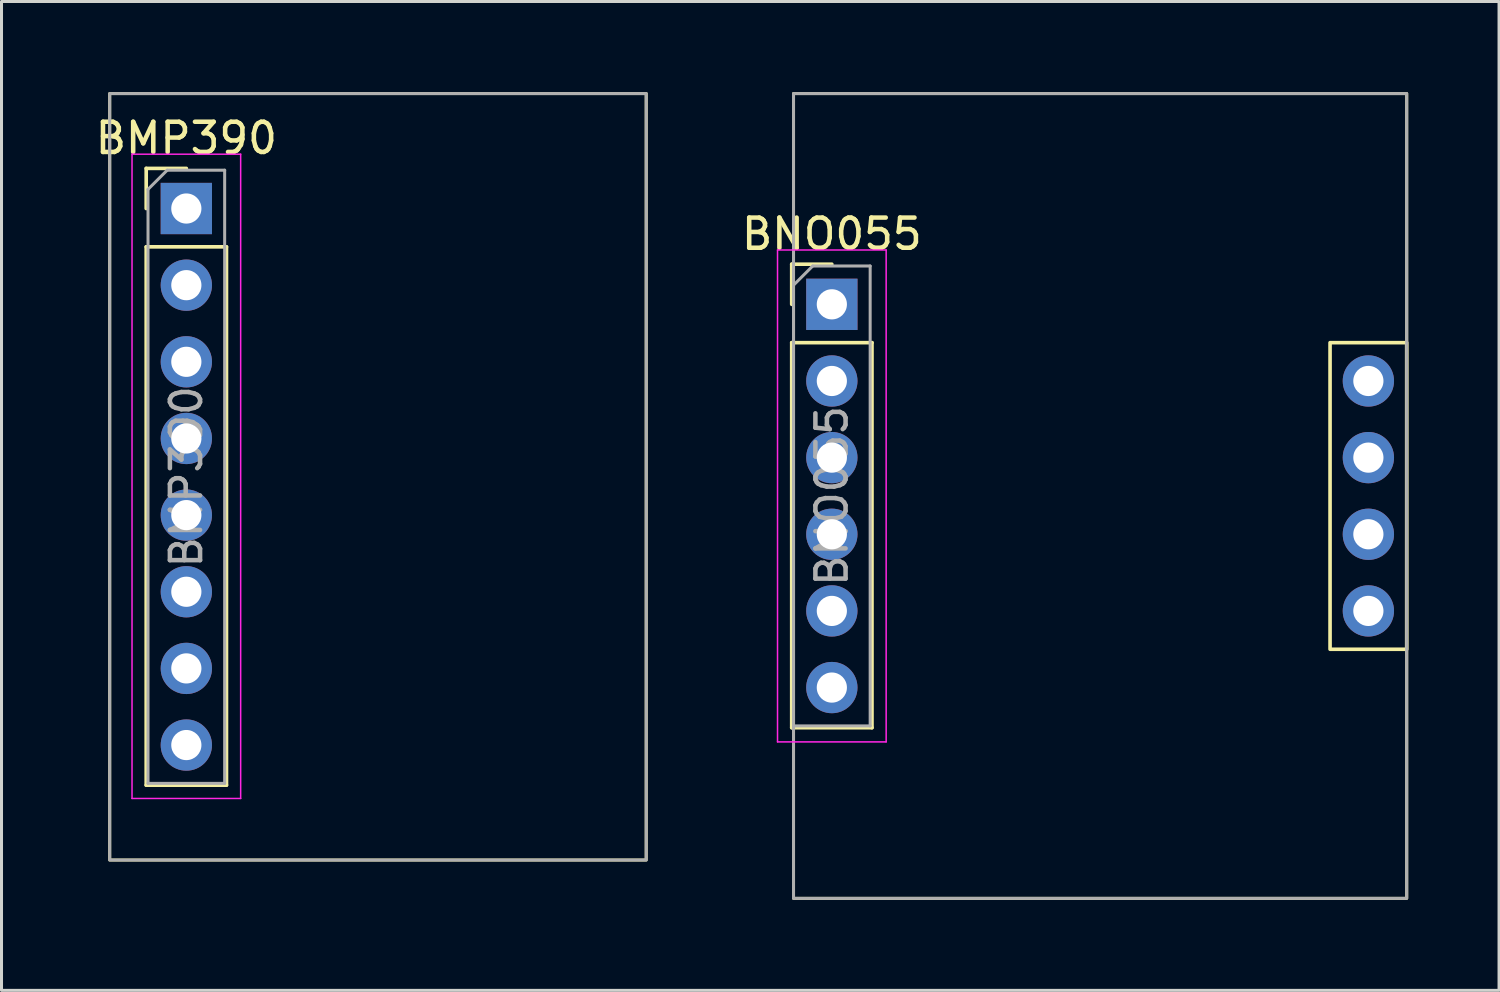
<source format=kicad_pcb>
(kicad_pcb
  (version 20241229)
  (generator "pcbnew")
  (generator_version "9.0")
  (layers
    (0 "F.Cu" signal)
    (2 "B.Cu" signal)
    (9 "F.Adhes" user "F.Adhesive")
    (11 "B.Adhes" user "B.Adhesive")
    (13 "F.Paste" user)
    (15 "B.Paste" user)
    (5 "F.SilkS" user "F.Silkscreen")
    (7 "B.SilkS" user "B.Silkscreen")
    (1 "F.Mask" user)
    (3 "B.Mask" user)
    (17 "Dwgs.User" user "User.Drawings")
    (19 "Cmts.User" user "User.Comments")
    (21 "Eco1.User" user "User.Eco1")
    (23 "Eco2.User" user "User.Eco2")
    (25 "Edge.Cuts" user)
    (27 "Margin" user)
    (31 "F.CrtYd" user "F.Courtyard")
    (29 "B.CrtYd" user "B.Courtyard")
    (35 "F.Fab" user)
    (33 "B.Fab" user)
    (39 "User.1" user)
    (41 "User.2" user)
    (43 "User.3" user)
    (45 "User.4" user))
  (footprint "BMP390"
    (layer "F.Cu")
    (at 3.125 3.86)
    (property "Reference" "BMP390" (at 0 -2.33 0) (layer "F.SilkS") (effects (font (size 1 1) (thickness 0.15))))
    (attr through_hole)
    (fp_line (start -1.33 -1.33) (end 0 -1.33) (stroke (width 0.12) (type solid)) (layer "F.SilkS"))
    (fp_line (start -1.33 0) (end -1.33 -1.33) (stroke (width 0.12) (type solid)) (layer "F.SilkS"))
    (fp_line (start -1.33 1.27) (end -1.33 19.11) (stroke (width 0.12) (type solid)) (layer "F.SilkS"))
    (fp_line (start -1.33 1.27) (end 1.33 1.27) (stroke (width 0.12) (type solid)) (layer "F.SilkS"))
    (fp_line (start -1.33 19.11) (end 1.33 19.11) (stroke (width 0.12) (type solid)) (layer "F.SilkS"))
    (fp_line (start 1.33 1.27) (end 1.33 19.11) (stroke (width 0.12) (type solid)) (layer "F.SilkS"))
    (fp_rect (start -2.54 -3.81) (end 15.24 21.59) (stroke (width 0.1) (type solid)) (fill no) (layer "F.SilkS"))
    (fp_line (start -1.8 -1.8) (end -1.8 19.55) (stroke (width 0.05) (type solid)) (layer "F.CrtYd"))
    (fp_line (start -1.8 19.55) (end 1.8 19.55) (stroke (width 0.05) (type solid)) (layer "F.CrtYd"))
    (fp_line (start 1.8 -1.8) (end -1.8 -1.8) (stroke (width 0.05) (type solid)) (layer "F.CrtYd"))
    (fp_line (start 1.8 19.55) (end 1.8 -1.8) (stroke (width 0.05) (type solid)) (layer "F.CrtYd"))
    (fp_line (start -1.27 -0.635) (end -0.635 -1.27) (stroke (width 0.1) (type solid)) (layer "F.Fab"))
    (fp_line (start -1.27 19.05) (end -1.27 -0.635) (stroke (width 0.1) (type solid)) (layer "F.Fab"))
    (fp_line (start -0.635 -1.27) (end 1.27 -1.27) (stroke (width 0.1) (type solid)) (layer "F.Fab"))
    (fp_line (start 1.27 -1.27) (end 1.27 19.05) (stroke (width 0.1) (type solid)) (layer "F.Fab"))
    (fp_line (start 1.27 19.05) (end -1.27 19.05) (stroke (width 0.1) (type solid)) (layer "F.Fab"))
    (fp_rect (start -2.54 -3.81) (end 15.24 21.59) (stroke (width 0.1) (type solid)) (fill no) (layer "F.Fab"))
    (fp_text user "${REFERENCE}" (at 0 8.89 90) (layer "F.Fab") (effects (font (size 1 1) (thickness 0.15))))
    (pad "1" thru_hole rect (at 0 0) (size 1.7 1.7) (drill 1) (layers "*.Cu" "*.Mask"))
    (pad "2" thru_hole oval (at 0 2.54) (size 1.7 1.7) (drill 1) (layers "*.Cu" "*.Mask"))
    (pad "3" thru_hole oval (at 0 5.08) (size 1.7 1.7) (drill 1) (layers "*.Cu" "*.Mask"))
    (pad "4" thru_hole oval (at 0 7.62) (size 1.7 1.7) (drill 1) (layers "*.Cu" "*.Mask"))
    (pad "5" thru_hole oval (at 0 10.16) (size 1.7 1.7) (drill 1) (layers "*.Cu" "*.Mask"))
    (pad "6" thru_hole oval (at 0 12.7) (size 1.7 1.7) (drill 1) (layers "*.Cu" "*.Mask"))
    (pad "7" thru_hole oval (at 0 15.24) (size 1.7 1.7) (drill 1) (layers "*.Cu" "*.Mask"))
    (pad "8" thru_hole oval (at 0 17.78) (size 1.7 1.7) (drill 1) (layers "*.Cu" "*.Mask")))
  (footprint "BNO055"
    (layer "F.Cu")
    (at 24.516 7.035)
    (property "Reference" "BNO055" (at 0 -2.33 0) (layer "F.SilkS") (effects (font (size 1 1) (thickness 0.15))))
    (attr through_hole)
    (fp_line (start -1.33 -1.33) (end 0 -1.33) (stroke (width 0.12) (type solid)) (layer "F.SilkS"))
    (fp_line (start -1.33 0) (end -1.33 -1.33) (stroke (width 0.12) (type solid)) (layer "F.SilkS"))
    (fp_line (start -1.33 1.27) (end -1.33 14.03) (stroke (width 0.12) (type solid)) (layer "F.SilkS"))
    (fp_line (start -1.33 1.27) (end 1.33 1.27) (stroke (width 0.12) (type solid)) (layer "F.SilkS"))
    (fp_line (start -1.33 14.03) (end 1.33 14.03) (stroke (width 0.12) (type solid)) (layer "F.SilkS"))
    (fp_line (start 1.33 1.27) (end 1.33 14.03) (stroke (width 0.12) (type solid)) (layer "F.SilkS"))
    (fp_rect (start -1.27 -6.985) (end 19.05 19.685) (stroke (width 0.1) (type solid)) (fill no) (layer "F.SilkS"))
    (fp_rect (start 16.51 1.27) (end 19.05 11.43) (stroke (width 0.12) (type solid)) (fill no) (layer "F.SilkS"))
    (fp_line (start -1.8 -1.8) (end -1.8 14.5) (stroke (width 0.05) (type solid)) (layer "F.CrtYd"))
    (fp_line (start -1.8 14.5) (end 1.8 14.5) (stroke (width 0.05) (type solid)) (layer "F.CrtYd"))
    (fp_line (start 1.8 -1.8) (end -1.8 -1.8) (stroke (width 0.05) (type solid)) (layer "F.CrtYd"))
    (fp_line (start 1.8 14.5) (end 1.8 -1.8) (stroke (width 0.05) (type solid)) (layer "F.CrtYd"))
    (fp_line (start -1.27 -0.635) (end -0.635 -1.27) (stroke (width 0.1) (type solid)) (layer "F.Fab"))
    (fp_line (start -1.27 13.97) (end -1.27 -0.635) (stroke (width 0.1) (type solid)) (layer "F.Fab"))
    (fp_line (start -0.635 -1.27) (end 1.27 -1.27) (stroke (width 0.1) (type solid)) (layer "F.Fab"))
    (fp_line (start 1.27 -1.27) (end 1.27 13.97) (stroke (width 0.1) (type solid)) (layer "F.Fab"))
    (fp_line (start 1.27 13.97) (end -1.27 13.97) (stroke (width 0.1) (type solid)) (layer "F.Fab"))
    (fp_rect (start -1.27 -6.985) (end 19.05 19.685) (stroke (width 0.1) (type solid)) (fill no) (layer "F.Fab"))
    (fp_text user "${REFERENCE}" (at 0 6.35 90) (layer "F.Fab") (effects (font (size 1 1) (thickness 0.15))))
    (pad "1" thru_hole rect (at 0 0) (size 1.7 1.7) (drill 1) (layers "*.Cu" "*.Mask"))
    (pad "2" thru_hole oval (at 0 2.54) (size 1.7 1.7) (drill 1) (layers "*.Cu" "*.Mask"))
    (pad "3" thru_hole oval (at 0 5.08) (size 1.7 1.7) (drill 1) (layers "*.Cu" "*.Mask"))
    (pad "4" thru_hole oval (at 0 7.62) (size 1.7 1.7) (drill 1) (layers "*.Cu" "*.Mask"))
    (pad "5" thru_hole oval (at 0 10.16) (size 1.7 1.7) (drill 1) (layers "*.Cu" "*.Mask"))
    (pad "6" thru_hole oval (at 0 12.7) (size 1.7 1.7) (drill 1) (layers "*.Cu" "*.Mask"))
    (pad "7" thru_hole circle (at 17.78 2.54) (size 1.7 1.7) (drill 1) (layers "*.Cu" "*.Mask"))
    (pad "8" thru_hole circle (at 17.78 5.08) (size 1.7 1.7) (drill 1) (layers "*.Cu" "*.Mask"))
    (pad "9" thru_hole circle (at 17.78 7.62) (size 1.7 1.7) (drill 1) (layers "*.Cu" "*.Mask"))
    (pad "10" thru_hole circle (at 17.78 10.16) (size 1.7 1.7) (drill 1) (layers "*.Cu" "*.Mask")))
  (gr_rect
    (start -3 -3)
    (end 46.626 29.77)
    (stroke (width 0.1) (type default))
    (fill no)
    (layer "Edge.Cuts")))
</source>
